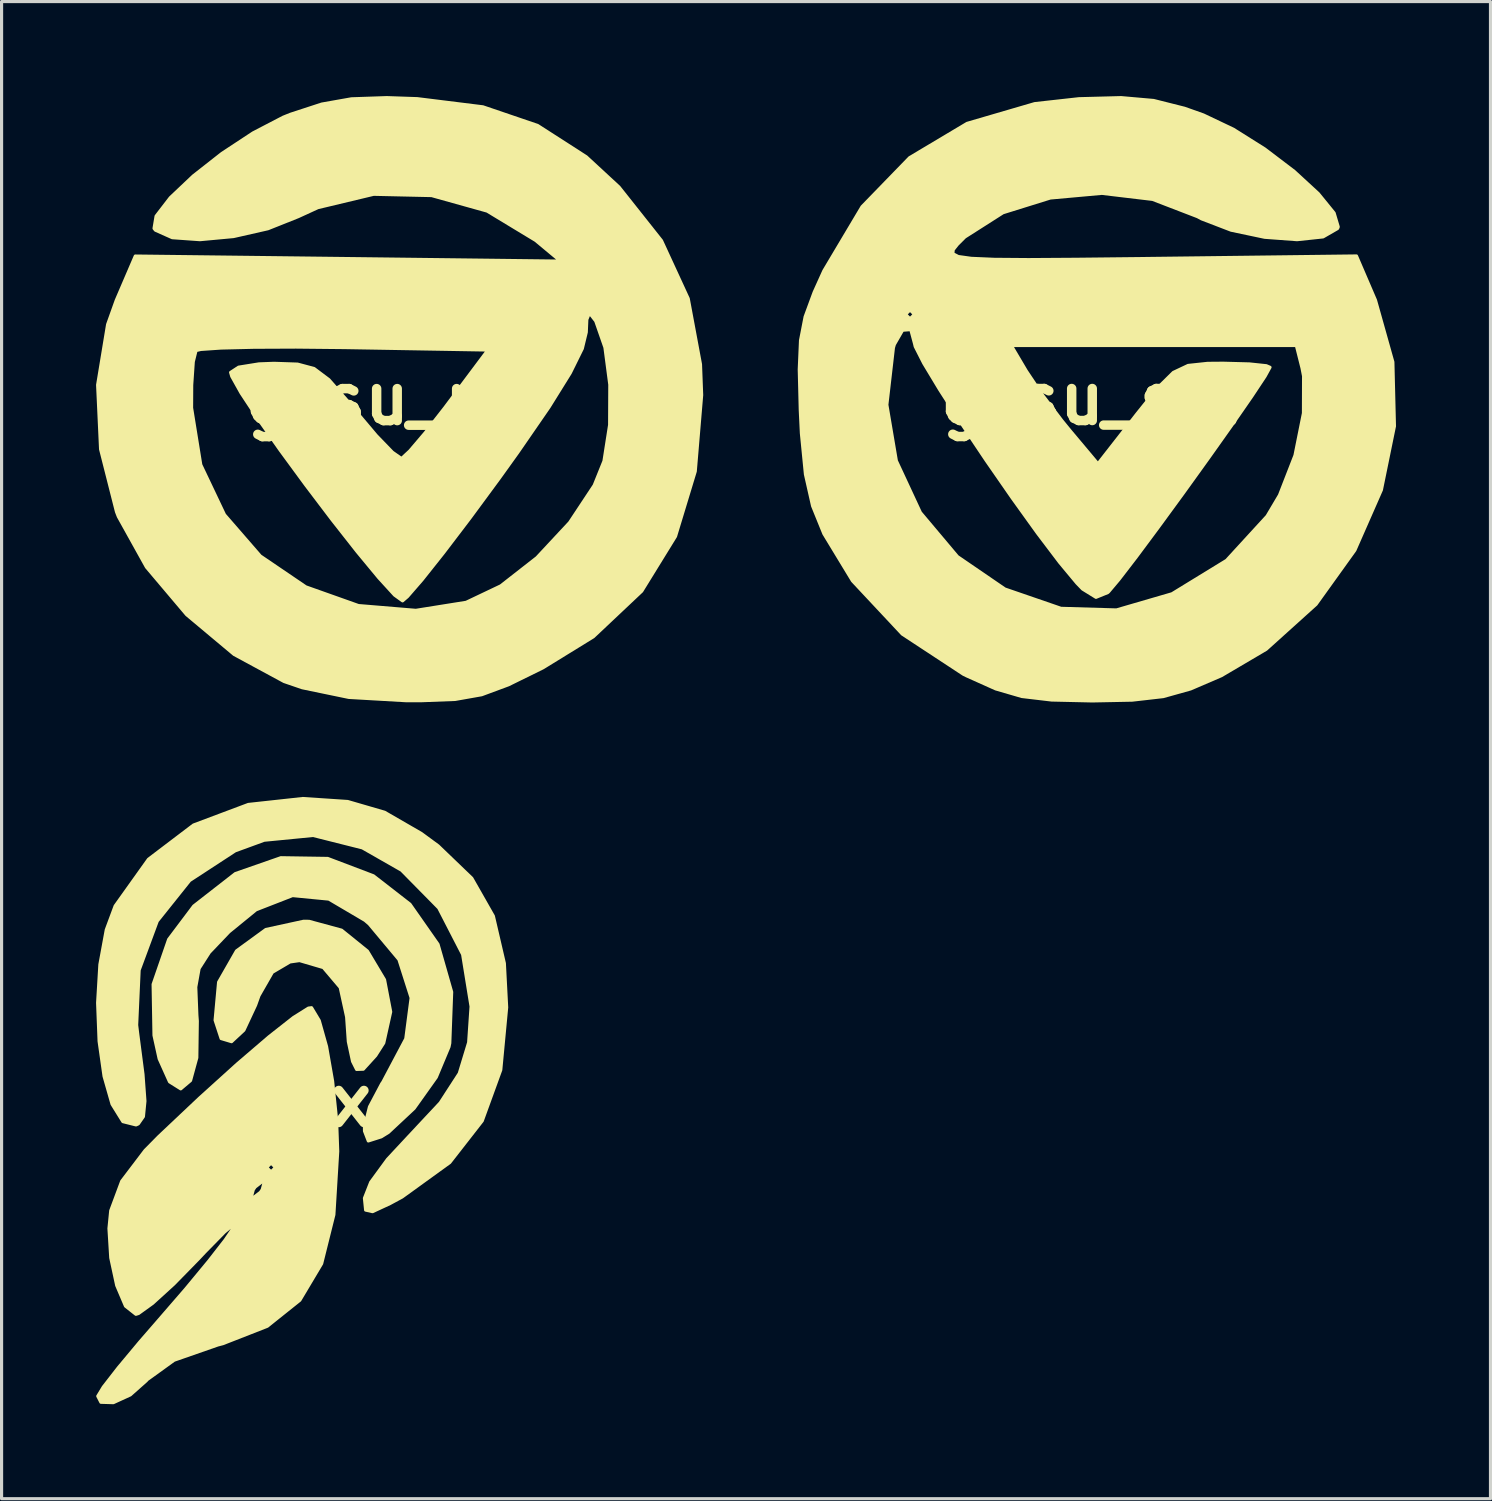
<source format=kicad_pcb>
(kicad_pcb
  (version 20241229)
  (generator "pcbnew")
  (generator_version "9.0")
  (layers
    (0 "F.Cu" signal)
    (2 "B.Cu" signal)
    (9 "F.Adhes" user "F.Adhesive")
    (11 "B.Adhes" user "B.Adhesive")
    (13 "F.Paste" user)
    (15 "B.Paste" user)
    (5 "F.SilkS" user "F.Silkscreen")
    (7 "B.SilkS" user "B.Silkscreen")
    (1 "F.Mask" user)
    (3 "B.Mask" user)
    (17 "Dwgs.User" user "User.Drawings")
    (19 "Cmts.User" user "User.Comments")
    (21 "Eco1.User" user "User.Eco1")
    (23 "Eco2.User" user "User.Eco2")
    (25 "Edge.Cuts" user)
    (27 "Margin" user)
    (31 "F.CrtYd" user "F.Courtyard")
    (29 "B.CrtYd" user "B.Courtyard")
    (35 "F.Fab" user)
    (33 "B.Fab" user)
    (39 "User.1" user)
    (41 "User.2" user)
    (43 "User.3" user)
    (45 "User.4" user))
  (footprint "gvsu_sm"
    (layer "F.Cu")
    (at 31.629 9.612)
    (property "Reference" "gvsu_sm" (at 0 0 0) (layer "F.SilkS") (effects (font (size 1.524 1.524) (thickness 0.3))))
    (attr through_hole)
    (fp_poly (pts (xy 9.594 0.87) (xy 9.18 2.893) (xy 8.338 4.808) (xy 7.106 6.525) (xy 6.71 6.882) (xy 6.71 -0.721) (xy 6.661 -0.974) (xy 6.48 -1.693) (xy 1.954 -1.693) (xy -2.572 -1.693) (xy -2.095 -0.886) (xy -1.613 -0.165) (xy -0.968 0.687) (xy -0.719 0.993) (xy 0.18 2.064) (xy 1.427 0.467) (xy 2.09 -0.36) (xy 2.574 -0.837) (xy 3.043 -1.059) (xy 3.663 -1.125) (xy 4.159 -1.129) (xy 4.988 -1.107) (xy 5.527 -1.05) (xy 5.644 -1) (xy 5.487 -0.714) (xy 5.063 -0.074) (xy 4.442 0.823) (xy 3.694 1.878) (xy 2.89 2.996) (xy 2.1 4.077) (xy 1.396 5.024) (xy 0.846 5.739) (xy 0.522 6.124) (xy 0.493 6.151) (xy 0.118 6.303) (xy -0.307 6.04) (xy -0.488 5.853) (xy -1.03 5.202) (xy -1.736 4.27) (xy -2.537 3.156) (xy -3.367 1.959) (xy -4.157 0.78) (xy -4.841 -0.283) (xy -5.351 -1.129) (xy -5.62 -1.659) (xy -5.644 -1.759) (xy -5.644 -2.681) (xy -5.786 -2.822) (xy -5.927 -2.681) (xy -5.786 -2.54) (xy -5.644 -2.681) (xy -5.644 -1.759) (xy -5.762 -2.198) (xy -6.022 -2.177) (xy -6.283 -1.725) (xy -6.313 -1.623) (xy -6.522 0.19) (xy -6.22 1.969) (xy -5.456 3.611) (xy -4.28 5.009) (xy -2.775 6.039) (xy -0.993 6.653) (xy 0.769 6.704) (xy 2.527 6.192) (xy 2.54 6.186) (xy 4.263 5.13) (xy 5.551 3.725) (xy 5.945 3.06) (xy 6.437 1.796) (xy 6.706 0.456) (xy 6.71 -0.721) (xy 6.71 6.882) (xy 5.522 7.953) (xy 4.099 8.791) (xy 3.123 9.211) (xy 2.255 9.454) (xy 1.267 9.567) (xy 0 9.592) (xy -1.29 9.563) (xy -2.237 9.451) (xy -3.065 9.21) (xy -3.993 8.794) (xy -4.092 8.745) (xy -6.032 7.47) (xy -7.613 5.78) (xy -8.52 4.286) (xy -8.879 3.402) (xy -9.106 2.399) (xy -9.234 1.099) (xy -9.27 0.354) (xy -9.302 -0.933) (xy -9.262 -1.854) (xy -9.116 -2.605) (xy -8.83 -3.381) (xy -8.521 -4.065) (xy -7.31 -6.099) (xy -5.799 -7.656) (xy -3.975 -8.744) (xy -1.828 -9.371) (xy -0.423 -9.527) (xy 0.916 -9.562) (xy 1.949 -9.471) (xy 2.929 -9.224) (xy 3.527 -9.012) (xy 4.48 -8.559) (xy 5.475 -7.933) (xy 6.408 -7.224) (xy 7.177 -6.516) (xy 7.679 -5.899) (xy 7.81 -5.458) (xy 7.788 -5.406) (xy 7.328 -5.141) (xy 6.502 -5.053) (xy 5.474 -5.129) (xy 4.408 -5.354) (xy 3.468 -5.715) (xy 3.345 -5.782) (xy 1.916 -6.332) (xy 0.304 -6.524) (xy -1.333 -6.376) (xy -2.835 -5.908) (xy -4.045 -5.137) (xy -4.284 -4.898) (xy -4.415 -4.732) (xy -4.426 -4.607) (xy -4.255 -4.517) (xy -3.84 -4.459) (xy -3.118 -4.428) (xy -2.026 -4.419) (xy -0.503 -4.429) (xy 1.513 -4.451) (xy 1.815 -4.455) (xy 8.389 -4.535) (xy 8.992 -3.132) (xy 9.544 -1.169) (xy 9.594 0.87)) (stroke (width 0.1) (type solid)) (fill yes) (layer "F.SilkS")))
  (footprint "rfcx"
    (layer "F.Cu")
    (at 6.545 31.899)
    (property "Reference" "rfcx" (at 0 0 0) (layer "F.SilkS") (effects (font (size 1.524 1.524) (thickness 0.3))))
    (attr through_hole)
    (fp_poly (pts (xy 2.809 -2.824) (xy 2.589 -1.835) (xy 2.333 -1.434) (xy 1.94 -1.002) (xy 1.727 -0.995) (xy 1.599 -1.25) (xy 1.465 -1.877) (xy 1.411 -2.66) (xy 1.207 -3.596) (xy 0.671 -4.229) (xy -0.084 -4.451) (xy -0.388 -4.408) (xy -0.948 -4.078) (xy -1.373 -3.336) (xy -1.481 -3.034) (xy -1.852 -2.24) (xy -2.243 -1.876) (xy -2.574 -1.975) (xy -2.765 -2.557) (xy -2.654 -3.766) (xy -2.086 -4.759) (xy -1.155 -5.437) (xy 0.043 -5.698) (xy 0.218 -5.696) (xy 1.25 -5.416) (xy 2.071 -4.752) (xy 2.614 -3.842) (xy 2.809 -2.824)) (stroke (width 0.1) (type solid)) (fill yes) (layer "F.SilkS"))
    (fp_poly (pts (xy 4.745 -3.453) (xy 4.685 -1.83) (xy 4.661 -1.713) (xy 4.257 -0.747) (xy 3.554 0.241) (xy 2.739 1.003) (xy 2.51 1.145) (xy 2.099 1.276) (xy 1.978 0.963) (xy 1.976 0.83) (xy 2.136 0.192) (xy 2.524 -0.541) (xy 2.56 -0.593) (xy 3.289 -1.969) (xy 3.459 -3.266) (xy 3.071 -4.482) (xy 2.125 -5.614) (xy 1.992 -5.728) (xy 0.847 -6.403) (xy -0.307 -6.515) (xy -1.465 -6.064) (xy -2.325 -5.362) (xy -2.949 -4.708) (xy -3.274 -4.199) (xy -3.38 -3.61) (xy -3.345 -2.719) (xy -3.331 -2.531) (xy -3.347 -1.366) (xy -3.545 -0.641) (xy -3.857 -0.378) (xy -4.212 -0.601) (xy -4.541 -1.332) (xy -4.705 -2.076) (xy -4.733 -3.697) (xy -4.24 -5.124) (xy -3.444 -6.182) (xy -2.123 -7.212) (xy -0.678 -7.716) (xy 0.81 -7.693) (xy 2.261 -7.142) (xy 3.421 -6.241) (xy 4.312 -4.968) (xy 4.745 -3.453)) (stroke (width 0.1) (type solid)) (fill yes) (layer "F.SilkS"))
    (fp_poly (pts (xy 6.491 -2.963) (xy 6.304 -0.979) (xy 5.716 0.639) (xy 4.685 1.961) (xy 3.171 3.056) (xy 2.788 3.263) (xy 2.233 3.521) (xy 2.014 3.471) (xy 1.976 3.093) (xy 2.175 2.587) (xy 2.708 1.858) (xy 3.387 1.129) (xy 4.382 0.065) (xy 4.987 -0.869) (xy 5.285 -1.849) (xy 5.362 -2.993) (xy 5.094 -4.645) (xy 4.335 -6.12) (xy 3.153 -7.32) (xy 1.91 -8.03) (xy 0.346 -8.424) (xy -1.208 -8.272) (xy -2.128 -7.936) (xy -3.572 -6.993) (xy -4.602 -5.704) (xy -5.178 -4.147) (xy -5.257 -2.403) (xy -5.226 -2.148) (xy -5.056 -0.841) (xy -4.994 0.01) (xy -5.042 0.502) (xy -5.203 0.733) (xy -5.275 0.767) (xy -5.694 0.662) (xy -6.037 0.109) (xy -6.291 -0.779) (xy -6.448 -1.889) (xy -6.495 -3.109) (xy -6.423 -4.327) (xy -6.22 -5.429) (xy -5.939 -6.185) (xy -4.881 -7.668) (xy -3.451 -8.754) (xy -1.712 -9.407) (xy 0.021 -9.596) (xy 1.443 -9.501) (xy 2.615 -9.16) (xy 3.78 -8.487) (xy 4.315 -8.094) (xy 5.385 -7.065) (xy 6.069 -5.863) (xy 6.418 -4.365) (xy 6.491 -2.963)) (stroke (width 0.1) (type solid)) (fill yes) (layer "F.SilkS"))
    (fp_poly (pts (xy 1.127 1.607) (xy 1.005 3.617) (xy 0.617 5.172) (xy -0.075 6.333) (xy -0.847 6.95) (xy -0.847 2.117) (xy -0.988 1.976) (xy -1.129 2.117) (xy -0.988 2.258) (xy -0.847 2.117) (xy -0.847 6.95) (xy -1.107 7.159) (xy -1.198 7.195) (xy -1.198 2.558) (xy -1.237 2.54) (xy -1.494 2.739) (xy -1.552 2.822) (xy -1.624 3.086) (xy -1.586 3.104) (xy -1.328 2.906) (xy -1.27 2.822) (xy -1.198 2.558) (xy -1.198 7.195) (xy -2.519 7.712) (xy -2.681 7.754) (xy -4.068 8.238) (xy -4.924 8.856) (xy -4.949 8.887) (xy -5.457 9.338) (xy -5.996 9.585) (xy -6.392 9.573) (xy -6.491 9.379) (xy -6.315 9.088) (xy -5.842 8.479) (xy -5.152 7.652) (xy -4.629 7.05) (xy -3.702 5.979) (xy -2.967 5.09) (xy -2.449 4.424) (xy -2.176 4.022) (xy -2.175 3.925) (xy -2.472 4.173) (xy -3.094 4.807) (xy -3.29 5.016) (xy -4.077 5.82) (xy -4.748 6.431) (xy -5.195 6.753) (xy -5.28 6.78) (xy -5.61 6.52) (xy -5.889 5.865) (xy -6.078 4.987) (xy -6.135 4.055) (xy -6.079 3.49) (xy -5.731 2.555) (xy -4.988 1.576) (xy -4.552 1.134) (xy -3.255 -0.09) (xy -2.066 -1.165) (xy -1.051 -2.035) (xy -0.275 -2.645) (xy 0.197 -2.941) (xy 0.297 -2.954) (xy 0.541 -2.547) (xy 0.773 -1.721) (xy 0.965 -0.623) (xy 1.091 0.601) (xy 1.127 1.607)) (stroke (width 0.1) (type solid)) (fill yes) (layer "F.SilkS")))
  (footprint "gvsu_rev"
    (layer "F.Cu")
    (at 9.634 9.615)
    (property "Reference" "gvsu_rev" (at 0 0 0) (layer "F.SilkS") (effects (font (size 1.524 1.524) (thickness 0.3))))
    (attr through_hole)
    (fp_poly (pts (xy 9.593 -0.121) (xy 9.39 2.301) (xy 8.763 4.365) (xy 7.691 6.104) (xy 6.678 7.059) (xy 6.678 -0.452) (xy 6.523 -1.633) (xy 6.231 -2.471) (xy 6.031 -2.728) (xy 5.947 -2.52) (xy 5.93 -2.117) (xy 5.804 -1.597) (xy 5.421 -0.821) (xy 4.749 0.26) (xy 3.758 1.697) (xy 3.17 2.517) (xy 2.233 3.789) (xy 1.393 4.892) (xy 0.713 5.748) (xy 0.253 6.278) (xy 0.097 6.412) (xy -0.156 6.23) (xy -0.66 5.678) (xy -1.346 4.849) (xy -2.142 3.836) (xy -2.979 2.732) (xy -3.786 1.632) (xy -4.493 0.628) (xy -5.03 -0.186) (xy -5.326 -0.716) (xy -5.362 -0.841) (xy -5.109 -1.007) (xy -4.462 -1.111) (xy -3.983 -1.129) (xy -3.237 -1.104) (xy -2.712 -0.964) (xy -2.242 -0.611) (xy -1.658 0.055) (xy -1.372 0.409) (xy -0.735 1.164) (xy -0.222 1.694) (xy 0.06 1.892) (xy 0.067 1.891) (xy 0.325 1.652) (xy 0.816 1.075) (xy 1.441 0.275) (xy 1.541 0.141) (xy 2.808 -1.552) (xy -1.74 -1.63) (xy -3.287 -1.646) (xy -4.63 -1.64) (xy -5.669 -1.615) (xy -6.308 -1.571) (xy -6.46 -1.535) (xy -6.548 -1.18) (xy -6.598 -0.44) (xy -6.602 0.284) (xy -6.31 2.091) (xy -5.556 3.677) (xy -4.418 4.988) (xy -2.975 5.968) (xy -1.303 6.562) (xy 0.519 6.714) (xy 2.117 6.459) (xy 3.216 5.936) (xy 4.362 5.04) (xy 5.401 3.925) (xy 6.182 2.745) (xy 6.492 1.976) (xy 6.672 0.827) (xy 6.678 -0.452) (xy 6.678 7.059) (xy 6.154 7.553) (xy 4.556 8.537) (xy 3.458 9.077) (xy 2.609 9.392) (xy 1.768 9.541) (xy 0.692 9.582) (xy 0.192 9.581) (xy -1.609 9.477) (xy -3.089 9.17) (xy -3.666 8.972) (xy -5.251 8.114) (xy -6.758 6.852) (xy -8.034 5.342) (xy -8.926 3.738) (xy -8.985 3.586) (xy -9.49 1.599) (xy -9.584 -0.444) (xy -9.267 -2.363) (xy -8.992 -3.132) (xy -8.389 -4.535) (xy -1.638 -4.455) (xy 5.112 -4.374) (xy 4.32 -5.033) (xy 2.784 -5.963) (xy 1.02 -6.456) (xy -0.821 -6.497) (xy -2.592 -6.073) (xy -3.218 -5.786) (xy -4.178 -5.403) (xy -5.27 -5.155) (xy -6.336 -5.056) (xy -7.216 -5.119) (xy -7.749 -5.357) (xy -7.793 -5.413) (xy -7.728 -5.803) (xy -7.278 -6.388) (xy -6.546 -7.081) (xy -5.635 -7.796) (xy -4.649 -8.445) (xy -3.692 -8.943) (xy -3.461 -9.036) (xy -2.469 -9.36) (xy -1.526 -9.527) (xy -0.404 -9.565) (xy 0.564 -9.532) (xy 2.648 -9.273) (xy 4.385 -8.681) (xy 5.929 -7.688) (xy 6.969 -6.727) (xy 8.319 -5.024) (xy 9.167 -3.185) (xy 9.556 -1.099) (xy 9.593 -0.121)) (stroke (width 0.1) (type solid)) (fill yes) (layer "F.SilkS")))
  (gr_rect
    (start -3 -3)
    (end 44.273 44.534)
    (stroke (width 0.1) (type default))
    (fill no)
    (layer "Edge.Cuts")))
</source>
